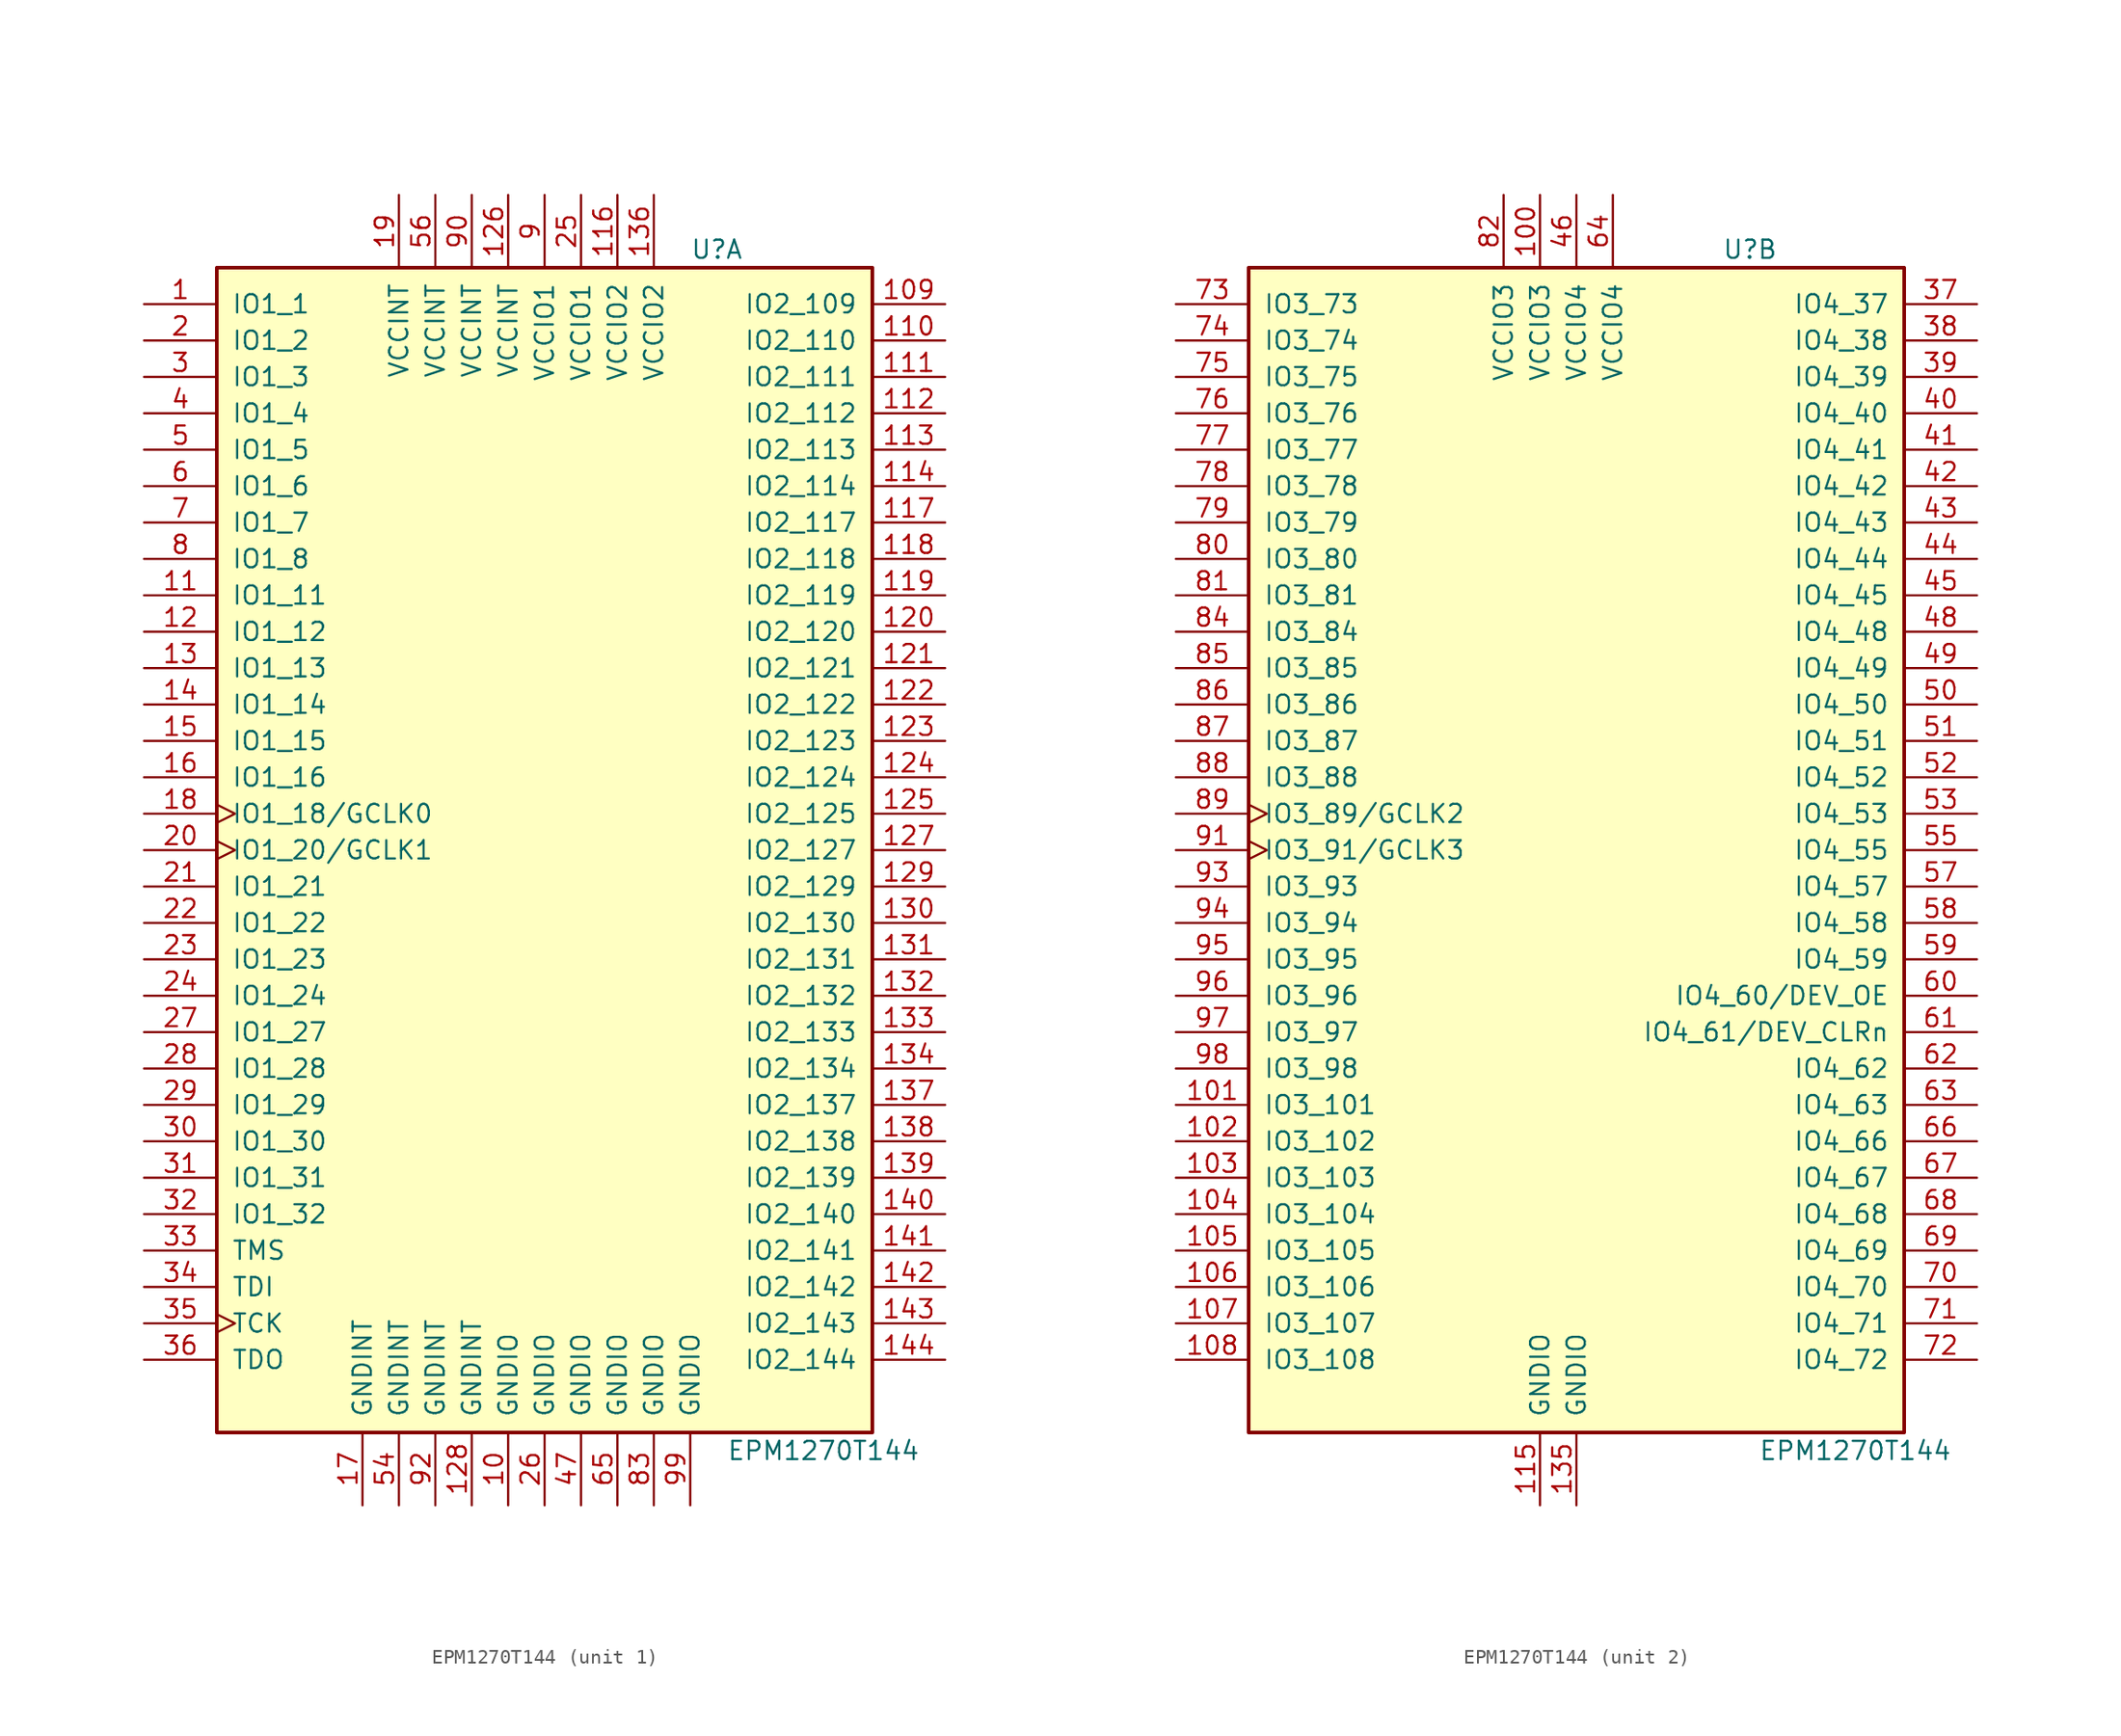
<source format=kicad_sym>
(kicad_symbol_lib
  (version 20241209)
  (generator "kicad_symbol_editor")
  (generator_version "9.0")
  (symbol "EPM1270T144"
    (pin_names
      (offset 1.016))
    (property "Reference" "U"
      (at 10.16 41.91 0)
      (effects (font (size 1.27 1.27)) (justify left)))
    (property "Value" "EPM1270T144"
      (at 12.7 -41.91 0)
      (effects (font (size 1.27 1.27)) (justify left)))
    (property "ki_locked" ""
      (at 0 0 0)
      (effects (font (size 1.27 1.27))))
    (symbol "EPM1270T144_1_1"
      (rectangle (start -22.86 40.64) (end 22.86 -40.64) (stroke (width 0.254) (type default)) (fill (type background)))
      (pin bidirectional line (at -27.94 38.1 0) (length 5.08) (name "IO1_1" (effects (font (size 1.27 1.27)))) (number "1" (effects (font (size 1.27 1.27)))))
      (pin bidirectional line (at -27.94 35.56 0) (length 5.08) (name "IO1_2" (effects (font (size 1.27 1.27)))) (number "2" (effects (font (size 1.27 1.27)))))
      (pin bidirectional line (at -27.94 33.02 0) (length 5.08) (name "IO1_3" (effects (font (size 1.27 1.27)))) (number "3" (effects (font (size 1.27 1.27)))))
      (pin bidirectional line (at -27.94 30.48 0) (length 5.08) (name "IO1_4" (effects (font (size 1.27 1.27)))) (number "4" (effects (font (size 1.27 1.27)))))
      (pin bidirectional line (at -27.94 27.94 0) (length 5.08) (name "IO1_5" (effects (font (size 1.27 1.27)))) (number "5" (effects (font (size 1.27 1.27)))))
      (pin bidirectional line (at -27.94 25.4 0) (length 5.08) (name "IO1_6" (effects (font (size 1.27 1.27)))) (number "6" (effects (font (size 1.27 1.27)))))
      (pin bidirectional line (at -27.94 22.86 0) (length 5.08) (name "IO1_7" (effects (font (size 1.27 1.27)))) (number "7" (effects (font (size 1.27 1.27)))))
      (pin bidirectional line (at -27.94 20.32 0) (length 5.08) (name "IO1_8" (effects (font (size 1.27 1.27)))) (number "8" (effects (font (size 1.27 1.27)))))
      (pin bidirectional line (at -27.94 17.78 0) (length 5.08) (name "IO1_11" (effects (font (size 1.27 1.27)))) (number "11" (effects (font (size 1.27 1.27)))))
      (pin bidirectional line (at -27.94 15.24 0) (length 5.08) (name "IO1_12" (effects (font (size 1.27 1.27)))) (number "12" (effects (font (size 1.27 1.27)))))
      (pin bidirectional line (at -27.94 12.7 0) (length 5.08) (name "IO1_13" (effects (font (size 1.27 1.27)))) (number "13" (effects (font (size 1.27 1.27)))))
      (pin bidirectional line (at -27.94 10.16 0) (length 5.08) (name "IO1_14" (effects (font (size 1.27 1.27)))) (number "14" (effects (font (size 1.27 1.27)))))
      (pin bidirectional line (at -27.94 7.62 0) (length 5.08) (name "IO1_15" (effects (font (size 1.27 1.27)))) (number "15" (effects (font (size 1.27 1.27)))))
      (pin bidirectional line (at -27.94 5.08 0) (length 5.08) (name "IO1_16" (effects (font (size 1.27 1.27)))) (number "16" (effects (font (size 1.27 1.27)))))
      (pin bidirectional clock (at -27.94 2.54 0) (length 5.08) (name "IO1_18/GCLK0" (effects (font (size 1.27 1.27)))) (number "18" (effects (font (size 1.27 1.27)))))
      (pin bidirectional clock (at -27.94 0 0) (length 5.08) (name "IO1_20/GCLK1" (effects (font (size 1.27 1.27)))) (number "20" (effects (font (size 1.27 1.27)))))
      (pin bidirectional line (at -27.94 -2.54 0) (length 5.08) (name "IO1_21" (effects (font (size 1.27 1.27)))) (number "21" (effects (font (size 1.27 1.27)))))
      (pin bidirectional line (at -27.94 -5.08 0) (length 5.08) (name "IO1_22" (effects (font (size 1.27 1.27)))) (number "22" (effects (font (size 1.27 1.27)))))
      (pin bidirectional line (at -27.94 -7.62 0) (length 5.08) (name "IO1_23" (effects (font (size 1.27 1.27)))) (number "23" (effects (font (size 1.27 1.27)))))
      (pin bidirectional line (at -27.94 -10.16 0) (length 5.08) (name "IO1_24" (effects (font (size 1.27 1.27)))) (number "24" (effects (font (size 1.27 1.27)))))
      (pin bidirectional line (at -27.94 -12.7 0) (length 5.08) (name "IO1_27" (effects (font (size 1.27 1.27)))) (number "27" (effects (font (size 1.27 1.27)))))
      (pin bidirectional line (at -27.94 -15.24 0) (length 5.08) (name "IO1_28" (effects (font (size 1.27 1.27)))) (number "28" (effects (font (size 1.27 1.27)))))
      (pin bidirectional line (at -27.94 -17.78 0) (length 5.08) (name "IO1_29" (effects (font (size 1.27 1.27)))) (number "29" (effects (font (size 1.27 1.27)))))
      (pin bidirectional line (at -27.94 -20.32 0) (length 5.08) (name "IO1_30" (effects (font (size 1.27 1.27)))) (number "30" (effects (font (size 1.27 1.27)))))
      (pin bidirectional line (at -27.94 -22.86 0) (length 5.08) (name "IO1_31" (effects (font (size 1.27 1.27)))) (number "31" (effects (font (size 1.27 1.27)))))
      (pin bidirectional line (at -27.94 -25.4 0) (length 5.08) (name "IO1_32" (effects (font (size 1.27 1.27)))) (number "32" (effects (font (size 1.27 1.27)))))
      (pin input line (at -27.94 -27.94 0) (length 5.08) (name "TMS" (effects (font (size 1.27 1.27)))) (number "33" (effects (font (size 1.27 1.27)))))
      (pin input line (at -27.94 -30.48 0) (length 5.08) (name "TDI" (effects (font (size 1.27 1.27)))) (number "34" (effects (font (size 1.27 1.27)))))
      (pin input clock (at -27.94 -33.02 0) (length 5.08) (name "TCK" (effects (font (size 1.27 1.27)))) (number "35" (effects (font (size 1.27 1.27)))))
      (pin output line (at -27.94 -35.56 0) (length 5.08) (name "TDO" (effects (font (size 1.27 1.27)))) (number "36" (effects (font (size 1.27 1.27)))))
      (pin power_in line (at -12.7 -45.72 90) (length 5.08) (name "GNDINT" (effects (font (size 1.27 1.27)))) (number "17" (effects (font (size 1.27 1.27)))))
      (pin power_in line (at -10.16 45.72 270) (length 5.08) (name "VCCINT" (effects (font (size 1.27 1.27)))) (number "19" (effects (font (size 1.27 1.27)))))
      (pin power_in line (at -10.16 -45.72 90) (length 5.08) (name "GNDINT" (effects (font (size 1.27 1.27)))) (number "54" (effects (font (size 1.27 1.27)))))
      (pin power_in line (at -7.62 45.72 270) (length 5.08) (name "VCCINT" (effects (font (size 1.27 1.27)))) (number "56" (effects (font (size 1.27 1.27)))))
      (pin power_in line (at -7.62 -45.72 90) (length 5.08) (name "GNDINT" (effects (font (size 1.27 1.27)))) (number "92" (effects (font (size 1.27 1.27)))))
      (pin power_in line (at -5.08 45.72 270) (length 5.08) (name "VCCINT" (effects (font (size 1.27 1.27)))) (number "90" (effects (font (size 1.27 1.27)))))
      (pin power_in line (at -5.08 -45.72 90) (length 5.08) (name "GNDINT" (effects (font (size 1.27 1.27)))) (number "128" (effects (font (size 1.27 1.27)))))
      (pin power_in line (at -2.54 45.72 270) (length 5.08) (name "VCCINT" (effects (font (size 1.27 1.27)))) (number "126" (effects (font (size 1.27 1.27)))))
      (pin power_in line (at -2.54 -45.72 90) (length 5.08) (name "GNDIO" (effects (font (size 1.27 1.27)))) (number "10" (effects (font (size 1.27 1.27)))))
      (pin power_in line (at 0 45.72 270) (length 5.08) (name "VCCIO1" (effects (font (size 1.27 1.27)))) (number "9" (effects (font (size 1.27 1.27)))))
      (pin power_in line (at 0 -45.72 90) (length 5.08) (name "GNDIO" (effects (font (size 1.27 1.27)))) (number "26" (effects (font (size 1.27 1.27)))))
      (pin power_in line (at 2.54 45.72 270) (length 5.08) (name "VCCIO1" (effects (font (size 1.27 1.27)))) (number "25" (effects (font (size 1.27 1.27)))))
      (pin power_in line (at 2.54 -45.72 90) (length 5.08) (name "GNDIO" (effects (font (size 1.27 1.27)))) (number "47" (effects (font (size 1.27 1.27)))))
      (pin power_in line (at 5.08 45.72 270) (length 5.08) (name "VCCIO2" (effects (font (size 1.27 1.27)))) (number "116" (effects (font (size 1.27 1.27)))))
      (pin power_in line (at 5.08 -45.72 90) (length 5.08) (name "GNDIO" (effects (font (size 1.27 1.27)))) (number "65" (effects (font (size 1.27 1.27)))))
      (pin power_in line (at 7.62 45.72 270) (length 5.08) (name "VCCIO2" (effects (font (size 1.27 1.27)))) (number "136" (effects (font (size 1.27 1.27)))))
      (pin power_in line (at 7.62 -45.72 90) (length 5.08) (name "GNDIO" (effects (font (size 1.27 1.27)))) (number "83" (effects (font (size 1.27 1.27)))))
      (pin power_in line (at 10.16 -45.72 90) (length 5.08) (name "GNDIO" (effects (font (size 1.27 1.27)))) (number "99" (effects (font (size 1.27 1.27)))))
      (pin bidirectional line (at 27.94 38.1 180) (length 5.08) (name "IO2_109" (effects (font (size 1.27 1.27)))) (number "109" (effects (font (size 1.27 1.27)))))
      (pin bidirectional line (at 27.94 35.56 180) (length 5.08) (name "IO2_110" (effects (font (size 1.27 1.27)))) (number "110" (effects (font (size 1.27 1.27)))))
      (pin bidirectional line (at 27.94 33.02 180) (length 5.08) (name "IO2_111" (effects (font (size 1.27 1.27)))) (number "111" (effects (font (size 1.27 1.27)))))
      (pin bidirectional line (at 27.94 30.48 180) (length 5.08) (name "IO2_112" (effects (font (size 1.27 1.27)))) (number "112" (effects (font (size 1.27 1.27)))))
      (pin bidirectional line (at 27.94 27.94 180) (length 5.08) (name "IO2_113" (effects (font (size 1.27 1.27)))) (number "113" (effects (font (size 1.27 1.27)))))
      (pin bidirectional line (at 27.94 25.4 180) (length 5.08) (name "IO2_114" (effects (font (size 1.27 1.27)))) (number "114" (effects (font (size 1.27 1.27)))))
      (pin bidirectional line (at 27.94 22.86 180) (length 5.08) (name "IO2_117" (effects (font (size 1.27 1.27)))) (number "117" (effects (font (size 1.27 1.27)))))
      (pin bidirectional line (at 27.94 20.32 180) (length 5.08) (name "IO2_118" (effects (font (size 1.27 1.27)))) (number "118" (effects (font (size 1.27 1.27)))))
      (pin bidirectional line (at 27.94 17.78 180) (length 5.08) (name "IO2_119" (effects (font (size 1.27 1.27)))) (number "119" (effects (font (size 1.27 1.27)))))
      (pin bidirectional line (at 27.94 15.24 180) (length 5.08) (name "IO2_120" (effects (font (size 1.27 1.27)))) (number "120" (effects (font (size 1.27 1.27)))))
      (pin bidirectional line (at 27.94 12.7 180) (length 5.08) (name "IO2_121" (effects (font (size 1.27 1.27)))) (number "121" (effects (font (size 1.27 1.27)))))
      (pin bidirectional line (at 27.94 10.16 180) (length 5.08) (name "IO2_122" (effects (font (size 1.27 1.27)))) (number "122" (effects (font (size 1.27 1.27)))))
      (pin bidirectional line (at 27.94 7.62 180) (length 5.08) (name "IO2_123" (effects (font (size 1.27 1.27)))) (number "123" (effects (font (size 1.27 1.27)))))
      (pin bidirectional line (at 27.94 5.08 180) (length 5.08) (name "IO2_124" (effects (font (size 1.27 1.27)))) (number "124" (effects (font (size 1.27 1.27)))))
      (pin bidirectional line (at 27.94 2.54 180) (length 5.08) (name "IO2_125" (effects (font (size 1.27 1.27)))) (number "125" (effects (font (size 1.27 1.27)))))
      (pin bidirectional line (at 27.94 0 180) (length 5.08) (name "IO2_127" (effects (font (size 1.27 1.27)))) (number "127" (effects (font (size 1.27 1.27)))))
      (pin bidirectional line (at 27.94 -2.54 180) (length 5.08) (name "IO2_129" (effects (font (size 1.27 1.27)))) (number "129" (effects (font (size 1.27 1.27)))))
      (pin bidirectional line (at 27.94 -5.08 180) (length 5.08) (name "IO2_130" (effects (font (size 1.27 1.27)))) (number "130" (effects (font (size 1.27 1.27)))))
      (pin bidirectional line (at 27.94 -7.62 180) (length 5.08) (name "IO2_131" (effects (font (size 1.27 1.27)))) (number "131" (effects (font (size 1.27 1.27)))))
      (pin bidirectional line (at 27.94 -10.16 180) (length 5.08) (name "IO2_132" (effects (font (size 1.27 1.27)))) (number "132" (effects (font (size 1.27 1.27)))))
      (pin bidirectional line (at 27.94 -12.7 180) (length 5.08) (name "IO2_133" (effects (font (size 1.27 1.27)))) (number "133" (effects (font (size 1.27 1.27)))))
      (pin bidirectional line (at 27.94 -15.24 180) (length 5.08) (name "IO2_134" (effects (font (size 1.27 1.27)))) (number "134" (effects (font (size 1.27 1.27)))))
      (pin bidirectional line (at 27.94 -17.78 180) (length 5.08) (name "IO2_137" (effects (font (size 1.27 1.27)))) (number "137" (effects (font (size 1.27 1.27)))))
      (pin bidirectional line (at 27.94 -20.32 180) (length 5.08) (name "IO2_138" (effects (font (size 1.27 1.27)))) (number "138" (effects (font (size 1.27 1.27)))))
      (pin bidirectional line (at 27.94 -22.86 180) (length 5.08) (name "IO2_139" (effects (font (size 1.27 1.27)))) (number "139" (effects (font (size 1.27 1.27)))))
      (pin bidirectional line (at 27.94 -25.4 180) (length 5.08) (name "IO2_140" (effects (font (size 1.27 1.27)))) (number "140" (effects (font (size 1.27 1.27)))))
      (pin bidirectional line (at 27.94 -27.94 180) (length 5.08) (name "IO2_141" (effects (font (size 1.27 1.27)))) (number "141" (effects (font (size 1.27 1.27)))))
      (pin bidirectional line (at 27.94 -30.48 180) (length 5.08) (name "IO2_142" (effects (font (size 1.27 1.27)))) (number "142" (effects (font (size 1.27 1.27)))))
      (pin bidirectional line (at 27.94 -33.02 180) (length 5.08) (name "IO2_143" (effects (font (size 1.27 1.27)))) (number "143" (effects (font (size 1.27 1.27)))))
      (pin bidirectional line (at 27.94 -35.56 180) (length 5.08) (name "IO2_144" (effects (font (size 1.27 1.27)))) (number "144" (effects (font (size 1.27 1.27))))))
    (symbol "EPM1270T144_2_1"
      (rectangle (start -22.86 40.64) (end 22.86 -40.64) (stroke (width 0.254) (type default)) (fill (type background)))
      (pin bidirectional line (at -27.94 38.1 0) (length 5.08) (name "IO3_73" (effects (font (size 1.27 1.27)))) (number "73" (effects (font (size 1.27 1.27)))))
      (pin bidirectional line (at -27.94 35.56 0) (length 5.08) (name "IO3_74" (effects (font (size 1.27 1.27)))) (number "74" (effects (font (size 1.27 1.27)))))
      (pin bidirectional line (at -27.94 33.02 0) (length 5.08) (name "IO3_75" (effects (font (size 1.27 1.27)))) (number "75" (effects (font (size 1.27 1.27)))))
      (pin bidirectional line (at -27.94 30.48 0) (length 5.08) (name "IO3_76" (effects (font (size 1.27 1.27)))) (number "76" (effects (font (size 1.27 1.27)))))
      (pin bidirectional line (at -27.94 27.94 0) (length 5.08) (name "IO3_77" (effects (font (size 1.27 1.27)))) (number "77" (effects (font (size 1.27 1.27)))))
      (pin bidirectional line (at -27.94 25.4 0) (length 5.08) (name "IO3_78" (effects (font (size 1.27 1.27)))) (number "78" (effects (font (size 1.27 1.27)))))
      (pin bidirectional line (at -27.94 22.86 0) (length 5.08) (name "IO3_79" (effects (font (size 1.27 1.27)))) (number "79" (effects (font (size 1.27 1.27)))))
      (pin bidirectional line (at -27.94 20.32 0) (length 5.08) (name "IO3_80" (effects (font (size 1.27 1.27)))) (number "80" (effects (font (size 1.27 1.27)))))
      (pin bidirectional line (at -27.94 17.78 0) (length 5.08) (name "IO3_81" (effects (font (size 1.27 1.27)))) (number "81" (effects (font (size 1.27 1.27)))))
      (pin bidirectional line (at -27.94 15.24 0) (length 5.08) (name "IO3_84" (effects (font (size 1.27 1.27)))) (number "84" (effects (font (size 1.27 1.27)))))
      (pin bidirectional line (at -27.94 12.7 0) (length 5.08) (name "IO3_85" (effects (font (size 1.27 1.27)))) (number "85" (effects (font (size 1.27 1.27)))))
      (pin bidirectional line (at -27.94 10.16 0) (length 5.08) (name "IO3_86" (effects (font (size 1.27 1.27)))) (number "86" (effects (font (size 1.27 1.27)))))
      (pin bidirectional line (at -27.94 7.62 0) (length 5.08) (name "IO3_87" (effects (font (size 1.27 1.27)))) (number "87" (effects (font (size 1.27 1.27)))))
      (pin bidirectional line (at -27.94 5.08 0) (length 5.08) (name "IO3_88" (effects (font (size 1.27 1.27)))) (number "88" (effects (font (size 1.27 1.27)))))
      (pin bidirectional clock (at -27.94 2.54 0) (length 5.08) (name "IO3_89/GCLK2" (effects (font (size 1.27 1.27)))) (number "89" (effects (font (size 1.27 1.27)))))
      (pin bidirectional clock (at -27.94 0 0) (length 5.08) (name "IO3_91/GCLK3" (effects (font (size 1.27 1.27)))) (number "91" (effects (font (size 1.27 1.27)))))
      (pin bidirectional line (at -27.94 -2.54 0) (length 5.08) (name "IO3_93" (effects (font (size 1.27 1.27)))) (number "93" (effects (font (size 1.27 1.27)))))
      (pin bidirectional line (at -27.94 -5.08 0) (length 5.08) (name "IO3_94" (effects (font (size 1.27 1.27)))) (number "94" (effects (font (size 1.27 1.27)))))
      (pin bidirectional line (at -27.94 -7.62 0) (length 5.08) (name "IO3_95" (effects (font (size 1.27 1.27)))) (number "95" (effects (font (size 1.27 1.27)))))
      (pin bidirectional line (at -27.94 -10.16 0) (length 5.08) (name "IO3_96" (effects (font (size 1.27 1.27)))) (number "96" (effects (font (size 1.27 1.27)))))
      (pin bidirectional line (at -27.94 -12.7 0) (length 5.08) (name "IO3_97" (effects (font (size 1.27 1.27)))) (number "97" (effects (font (size 1.27 1.27)))))
      (pin bidirectional line (at -27.94 -15.24 0) (length 5.08) (name "IO3_98" (effects (font (size 1.27 1.27)))) (number "98" (effects (font (size 1.27 1.27)))))
      (pin bidirectional line (at -27.94 -17.78 0) (length 5.08) (name "IO3_101" (effects (font (size 1.27 1.27)))) (number "101" (effects (font (size 1.27 1.27)))))
      (pin bidirectional line (at -27.94 -20.32 0) (length 5.08) (name "IO3_102" (effects (font (size 1.27 1.27)))) (number "102" (effects (font (size 1.27 1.27)))))
      (pin bidirectional line (at -27.94 -22.86 0) (length 5.08) (name "IO3_103" (effects (font (size 1.27 1.27)))) (number "103" (effects (font (size 1.27 1.27)))))
      (pin bidirectional line (at -27.94 -25.4 0) (length 5.08) (name "IO3_104" (effects (font (size 1.27 1.27)))) (number "104" (effects (font (size 1.27 1.27)))))
      (pin bidirectional line (at -27.94 -27.94 0) (length 5.08) (name "IO3_105" (effects (font (size 1.27 1.27)))) (number "105" (effects (font (size 1.27 1.27)))))
      (pin bidirectional line (at -27.94 -30.48 0) (length 5.08) (name "IO3_106" (effects (font (size 1.27 1.27)))) (number "106" (effects (font (size 1.27 1.27)))))
      (pin bidirectional line (at -27.94 -33.02 0) (length 5.08) (name "IO3_107" (effects (font (size 1.27 1.27)))) (number "107" (effects (font (size 1.27 1.27)))))
      (pin bidirectional line (at -27.94 -35.56 0) (length 5.08) (name "IO3_108" (effects (font (size 1.27 1.27)))) (number "108" (effects (font (size 1.27 1.27)))))
      (pin power_in line (at -5.08 45.72 270) (length 5.08) (name "VCCIO3" (effects (font (size 1.27 1.27)))) (number "82" (effects (font (size 1.27 1.27)))))
      (pin power_in line (at -2.54 45.72 270) (length 5.08) (name "VCCIO3" (effects (font (size 1.27 1.27)))) (number "100" (effects (font (size 1.27 1.27)))))
      (pin power_in line (at -2.54 -45.72 90) (length 5.08) (name "GNDIO" (effects (font (size 1.27 1.27)))) (number "115" (effects (font (size 1.27 1.27)))))
      (pin power_in line (at 0 45.72 270) (length 5.08) (name "VCCIO4" (effects (font (size 1.27 1.27)))) (number "46" (effects (font (size 1.27 1.27)))))
      (pin power_in line (at 0 -45.72 90) (length 5.08) (name "GNDIO" (effects (font (size 1.27 1.27)))) (number "135" (effects (font (size 1.27 1.27)))))
      (pin power_in line (at 2.54 45.72 270) (length 5.08) (name "VCCIO4" (effects (font (size 1.27 1.27)))) (number "64" (effects (font (size 1.27 1.27)))))
      (pin bidirectional line (at 27.94 38.1 180) (length 5.08) (name "IO4_37" (effects (font (size 1.27 1.27)))) (number "37" (effects (font (size 1.27 1.27)))))
      (pin bidirectional line (at 27.94 35.56 180) (length 5.08) (name "IO4_38" (effects (font (size 1.27 1.27)))) (number "38" (effects (font (size 1.27 1.27)))))
      (pin bidirectional line (at 27.94 33.02 180) (length 5.08) (name "IO4_39" (effects (font (size 1.27 1.27)))) (number "39" (effects (font (size 1.27 1.27)))))
      (pin bidirectional line (at 27.94 30.48 180) (length 5.08) (name "IO4_40" (effects (font (size 1.27 1.27)))) (number "40" (effects (font (size 1.27 1.27)))))
      (pin bidirectional line (at 27.94 27.94 180) (length 5.08) (name "IO4_41" (effects (font (size 1.27 1.27)))) (number "41" (effects (font (size 1.27 1.27)))))
      (pin bidirectional line (at 27.94 25.4 180) (length 5.08) (name "IO4_42" (effects (font (size 1.27 1.27)))) (number "42" (effects (font (size 1.27 1.27)))))
      (pin bidirectional line (at 27.94 22.86 180) (length 5.08) (name "IO4_43" (effects (font (size 1.27 1.27)))) (number "43" (effects (font (size 1.27 1.27)))))
      (pin bidirectional line (at 27.94 20.32 180) (length 5.08) (name "IO4_44" (effects (font (size 1.27 1.27)))) (number "44" (effects (font (size 1.27 1.27)))))
      (pin bidirectional line (at 27.94 17.78 180) (length 5.08) (name "IO4_45" (effects (font (size 1.27 1.27)))) (number "45" (effects (font (size 1.27 1.27)))))
      (pin bidirectional line (at 27.94 15.24 180) (length 5.08) (name "IO4_48" (effects (font (size 1.27 1.27)))) (number "48" (effects (font (size 1.27 1.27)))))
      (pin bidirectional line (at 27.94 12.7 180) (length 5.08) (name "IO4_49" (effects (font (size 1.27 1.27)))) (number "49" (effects (font (size 1.27 1.27)))))
      (pin bidirectional line (at 27.94 10.16 180) (length 5.08) (name "IO4_50" (effects (font (size 1.27 1.27)))) (number "50" (effects (font (size 1.27 1.27)))))
      (pin bidirectional line (at 27.94 7.62 180) (length 5.08) (name "IO4_51" (effects (font (size 1.27 1.27)))) (number "51" (effects (font (size 1.27 1.27)))))
      (pin bidirectional line (at 27.94 5.08 180) (length 5.08) (name "IO4_52" (effects (font (size 1.27 1.27)))) (number "52" (effects (font (size 1.27 1.27)))))
      (pin bidirectional line (at 27.94 2.54 180) (length 5.08) (name "IO4_53" (effects (font (size 1.27 1.27)))) (number "53" (effects (font (size 1.27 1.27)))))
      (pin bidirectional line (at 27.94 0 180) (length 5.08) (name "IO4_55" (effects (font (size 1.27 1.27)))) (number "55" (effects (font (size 1.27 1.27)))))
      (pin bidirectional line (at 27.94 -2.54 180) (length 5.08) (name "IO4_57" (effects (font (size 1.27 1.27)))) (number "57" (effects (font (size 1.27 1.27)))))
      (pin bidirectional line (at 27.94 -5.08 180) (length 5.08) (name "IO4_58" (effects (font (size 1.27 1.27)))) (number "58" (effects (font (size 1.27 1.27)))))
      (pin bidirectional line (at 27.94 -7.62 180) (length 5.08) (name "IO4_59" (effects (font (size 1.27 1.27)))) (number "59" (effects (font (size 1.27 1.27)))))
      (pin bidirectional line (at 27.94 -10.16 180) (length 5.08) (name "IO4_60/DEV_OE" (effects (font (size 1.27 1.27)))) (number "60" (effects (font (size 1.27 1.27)))))
      (pin bidirectional line (at 27.94 -12.7 180) (length 5.08) (name "IO4_61/DEV_CLRn" (effects (font (size 1.27 1.27)))) (number "61" (effects (font (size 1.27 1.27)))))
      (pin bidirectional line (at 27.94 -15.24 180) (length 5.08) (name "IO4_62" (effects (font (size 1.27 1.27)))) (number "62" (effects (font (size 1.27 1.27)))))
      (pin bidirectional line (at 27.94 -17.78 180) (length 5.08) (name "IO4_63" (effects (font (size 1.27 1.27)))) (number "63" (effects (font (size 1.27 1.27)))))
      (pin bidirectional line (at 27.94 -20.32 180) (length 5.08) (name "IO4_66" (effects (font (size 1.27 1.27)))) (number "66" (effects (font (size 1.27 1.27)))))
      (pin bidirectional line (at 27.94 -22.86 180) (length 5.08) (name "IO4_67" (effects (font (size 1.27 1.27)))) (number "67" (effects (font (size 1.27 1.27)))))
      (pin bidirectional line (at 27.94 -25.4 180) (length 5.08) (name "IO4_68" (effects (font (size 1.27 1.27)))) (number "68" (effects (font (size 1.27 1.27)))))
      (pin bidirectional line (at 27.94 -27.94 180) (length 5.08) (name "IO4_69" (effects (font (size 1.27 1.27)))) (number "69" (effects (font (size 1.27 1.27)))))
      (pin bidirectional line (at 27.94 -30.48 180) (length 5.08) (name "IO4_70" (effects (font (size 1.27 1.27)))) (number "70" (effects (font (size 1.27 1.27)))))
      (pin bidirectional line (at 27.94 -33.02 180) (length 5.08) (name "IO4_71" (effects (font (size 1.27 1.27)))) (number "71" (effects (font (size 1.27 1.27)))))
      (pin bidirectional line (at 27.94 -35.56 180) (length 5.08) (name "IO4_72" (effects (font (size 1.27 1.27)))) (number "72" (effects (font (size 1.27 1.27))))))))
</source>
